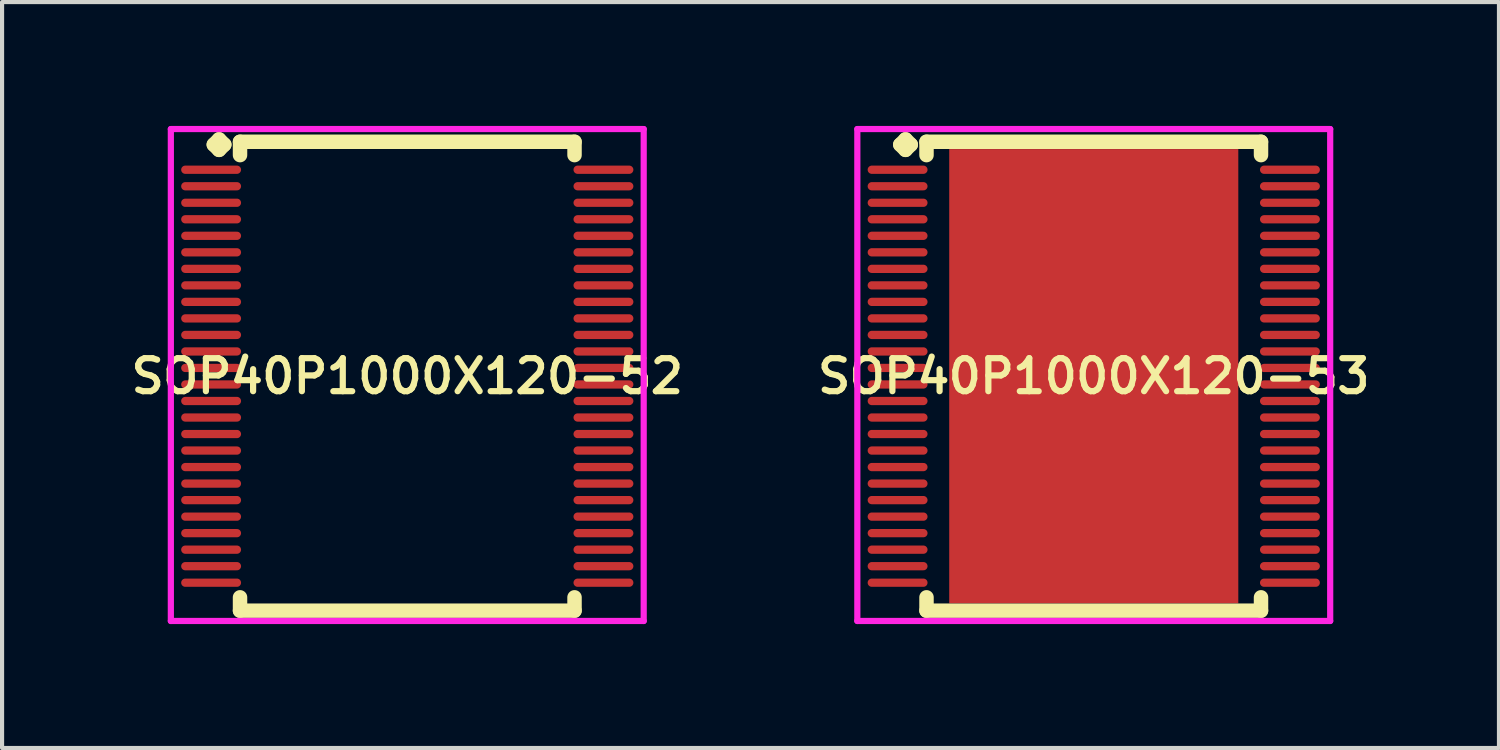
<source format=kicad_pcb>
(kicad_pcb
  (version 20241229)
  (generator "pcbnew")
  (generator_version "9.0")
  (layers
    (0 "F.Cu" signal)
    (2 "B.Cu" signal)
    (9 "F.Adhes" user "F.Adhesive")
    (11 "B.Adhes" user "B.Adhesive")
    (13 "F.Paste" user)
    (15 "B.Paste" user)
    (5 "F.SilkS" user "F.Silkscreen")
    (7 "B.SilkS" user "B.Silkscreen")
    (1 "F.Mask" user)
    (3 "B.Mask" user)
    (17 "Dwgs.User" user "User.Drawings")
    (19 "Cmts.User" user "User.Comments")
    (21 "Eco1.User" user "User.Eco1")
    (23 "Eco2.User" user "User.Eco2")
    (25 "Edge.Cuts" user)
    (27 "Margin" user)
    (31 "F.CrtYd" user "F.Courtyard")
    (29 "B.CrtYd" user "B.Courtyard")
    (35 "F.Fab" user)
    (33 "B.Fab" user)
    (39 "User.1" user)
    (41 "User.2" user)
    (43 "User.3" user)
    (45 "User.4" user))
  (footprint "SOP40P1000X120-53"
    (layer "F.Cu")
    (at 23.435 6.06)
    (property "Reference" "SOP40P1000X120-53" (at 0 0 0) (layer "F.SilkS") (effects (font (size 0.8 0.8) (thickness 0.15))))
    (attr smd)
    (fp_line (start -4.685 -5.608) (end -4.558 -5.735) (stroke (width 0.35) (type solid)) (layer "F.SilkS"))
    (fp_line (start -4.558 -5.735) (end -4.431 -5.608) (stroke (width 0.35) (type solid)) (layer "F.SilkS"))
    (fp_line (start -4.558 -5.481) (end -4.685 -5.608) (stroke (width 0.35) (type solid)) (layer "F.SilkS"))
    (fp_line (start -4.431 -5.608) (end -4.558 -5.481) (stroke (width 0.35) (type solid)) (layer "F.SilkS"))
    (fp_line (start -4.05 -5.677) (end 4.05 -5.677) (stroke (width 0.35) (type solid)) (layer "F.SilkS"))
    (fp_line (start -4.05 -5.354) (end -4.05 -5.677) (stroke (width 0.35) (type solid)) (layer "F.SilkS"))
    (fp_line (start -4.05 5.354) (end -4.05 5.677) (stroke (width 0.35) (type solid)) (layer "F.SilkS"))
    (fp_line (start -4.05 5.677) (end 4.05 5.677) (stroke (width 0.35) (type solid)) (layer "F.SilkS"))
    (fp_line (start 4.05 -5.677) (end 4.05 -5.354) (stroke (width 0.35) (type solid)) (layer "F.SilkS"))
    (fp_line (start 4.05 5.677) (end 4.05 5.354) (stroke (width 0.35) (type solid)) (layer "F.SilkS"))
    (fp_line (start -5.725 -5.985) (end 5.725 -5.985) (stroke (width 0.15) (type solid)) (layer "F.CrtYd"))
    (fp_line (start -5.725 5.927) (end -5.725 -5.985) (stroke (width 0.15) (type solid)) (layer "F.CrtYd"))
    (fp_line (start 5.725 -5.985) (end 5.725 5.927) (stroke (width 0.15) (type solid)) (layer "F.CrtYd"))
    (fp_line (start 5.725 5.927) (end -5.725 5.927) (stroke (width 0.15) (type solid)) (layer "F.CrtYd"))
    (pad "1" smd oval (at -4.75 -5) (size 1.45 0.2) (layers "F.Cu" "F.Mask" "F.Paste"))
    (pad "2" smd oval (at -4.75 -4.6) (size 1.45 0.2) (layers "F.Cu" "F.Mask" "F.Paste"))
    (pad "3" smd oval (at -4.75 -4.2) (size 1.45 0.2) (layers "F.Cu" "F.Mask" "F.Paste"))
    (pad "4" smd oval (at -4.75 -3.8) (size 1.45 0.2) (layers "F.Cu" "F.Mask" "F.Paste"))
    (pad "5" smd oval (at -4.75 -3.4) (size 1.45 0.2) (layers "F.Cu" "F.Mask" "F.Paste"))
    (pad "6" smd oval (at -4.75 -3) (size 1.45 0.2) (layers "F.Cu" "F.Mask" "F.Paste"))
    (pad "7" smd oval (at -4.75 -2.6) (size 1.45 0.2) (layers "F.Cu" "F.Mask" "F.Paste"))
    (pad "8" smd oval (at -4.75 -2.2) (size 1.45 0.2) (layers "F.Cu" "F.Mask" "F.Paste"))
    (pad "9" smd oval (at -4.75 -1.8) (size 1.45 0.2) (layers "F.Cu" "F.Mask" "F.Paste"))
    (pad "10" smd oval (at -4.75 -1.4) (size 1.45 0.2) (layers "F.Cu" "F.Mask" "F.Paste"))
    (pad "11" smd oval (at -4.75 -1) (size 1.45 0.2) (layers "F.Cu" "F.Mask" "F.Paste"))
    (pad "12" smd oval (at -4.75 -0.6) (size 1.45 0.2) (layers "F.Cu" "F.Mask" "F.Paste"))
    (pad "13" smd oval (at -4.75 -0.2) (size 1.45 0.2) (layers "F.Cu" "F.Mask" "F.Paste"))
    (pad "14" smd oval (at -4.75 0.2) (size 1.45 0.2) (layers "F.Cu" "F.Mask" "F.Paste"))
    (pad "15" smd oval (at -4.75 0.6) (size 1.45 0.2) (layers "F.Cu" "F.Mask" "F.Paste"))
    (pad "16" smd oval (at -4.75 1) (size 1.45 0.2) (layers "F.Cu" "F.Mask" "F.Paste"))
    (pad "17" smd oval (at -4.75 1.4) (size 1.45 0.2) (layers "F.Cu" "F.Mask" "F.Paste"))
    (pad "18" smd oval (at -4.75 1.8) (size 1.45 0.2) (layers "F.Cu" "F.Mask" "F.Paste"))
    (pad "19" smd oval (at -4.75 2.2) (size 1.45 0.2) (layers "F.Cu" "F.Mask" "F.Paste"))
    (pad "20" smd oval (at -4.75 2.6) (size 1.45 0.2) (layers "F.Cu" "F.Mask" "F.Paste"))
    (pad "21" smd oval (at -4.75 3) (size 1.45 0.2) (layers "F.Cu" "F.Mask" "F.Paste"))
    (pad "22" smd oval (at -4.75 3.4) (size 1.45 0.2) (layers "F.Cu" "F.Mask" "F.Paste"))
    (pad "23" smd oval (at -4.75 3.8) (size 1.45 0.2) (layers "F.Cu" "F.Mask" "F.Paste"))
    (pad "24" smd oval (at -4.75 4.2) (size 1.45 0.2) (layers "F.Cu" "F.Mask" "F.Paste"))
    (pad "25" smd oval (at -4.75 4.6) (size 1.45 0.2) (layers "F.Cu" "F.Mask" "F.Paste"))
    (pad "26" smd oval (at -4.75 5) (size 1.45 0.2) (layers "F.Cu" "F.Mask" "F.Paste"))
    (pad "27" smd oval (at 4.75 5) (size 1.45 0.2) (layers "F.Cu" "F.Mask" "F.Paste"))
    (pad "28" smd oval (at 4.75 4.6) (size 1.45 0.2) (layers "F.Cu" "F.Mask" "F.Paste"))
    (pad "29" smd oval (at 4.75 4.2) (size 1.45 0.2) (layers "F.Cu" "F.Mask" "F.Paste"))
    (pad "30" smd oval (at 4.75 3.8) (size 1.45 0.2) (layers "F.Cu" "F.Mask" "F.Paste"))
    (pad "31" smd oval (at 4.75 3.4) (size 1.45 0.2) (layers "F.Cu" "F.Mask" "F.Paste"))
    (pad "32" smd oval (at 4.75 3) (size 1.45 0.2) (layers "F.Cu" "F.Mask" "F.Paste"))
    (pad "33" smd oval (at 4.75 2.6) (size 1.45 0.2) (layers "F.Cu" "F.Mask" "F.Paste"))
    (pad "34" smd oval (at 4.75 2.2) (size 1.45 0.2) (layers "F.Cu" "F.Mask" "F.Paste"))
    (pad "35" smd oval (at 4.75 1.8) (size 1.45 0.2) (layers "F.Cu" "F.Mask" "F.Paste"))
    (pad "36" smd oval (at 4.75 1.4) (size 1.45 0.2) (layers "F.Cu" "F.Mask" "F.Paste"))
    (pad "37" smd oval (at 4.75 1) (size 1.45 0.2) (layers "F.Cu" "F.Mask" "F.Paste"))
    (pad "38" smd oval (at 4.75 0.6) (size 1.45 0.2) (layers "F.Cu" "F.Mask" "F.Paste"))
    (pad "39" smd oval (at 4.75 0.2) (size 1.45 0.2) (layers "F.Cu" "F.Mask" "F.Paste"))
    (pad "40" smd oval (at 4.75 -0.2) (size 1.45 0.2) (layers "F.Cu" "F.Mask" "F.Paste"))
    (pad "41" smd oval (at 4.75 -0.6) (size 1.45 0.2) (layers "F.Cu" "F.Mask" "F.Paste"))
    (pad "42" smd oval (at 4.75 -1) (size 1.45 0.2) (layers "F.Cu" "F.Mask" "F.Paste"))
    (pad "43" smd oval (at 4.75 -1.4) (size 1.45 0.2) (layers "F.Cu" "F.Mask" "F.Paste"))
    (pad "44" smd oval (at 4.75 -1.8) (size 1.45 0.2) (layers "F.Cu" "F.Mask" "F.Paste"))
    (pad "45" smd oval (at 4.75 -2.2) (size 1.45 0.2) (layers "F.Cu" "F.Mask" "F.Paste"))
    (pad "46" smd oval (at 4.75 -2.6) (size 1.45 0.2) (layers "F.Cu" "F.Mask" "F.Paste"))
    (pad "47" smd oval (at 4.75 -3) (size 1.45 0.2) (layers "F.Cu" "F.Mask" "F.Paste"))
    (pad "48" smd oval (at 4.75 -3.4) (size 1.45 0.2) (layers "F.Cu" "F.Mask" "F.Paste"))
    (pad "49" smd oval (at 4.75 -3.8) (size 1.45 0.2) (layers "F.Cu" "F.Mask" "F.Paste"))
    (pad "50" smd oval (at 4.75 -4.2) (size 1.45 0.2) (layers "F.Cu" "F.Mask" "F.Paste"))
    (pad "51" smd oval (at 4.75 -4.6) (size 1.45 0.2) (layers "F.Cu" "F.Mask" "F.Paste"))
    (pad "52" smd oval (at 4.75 -5) (size 1.45 0.2) (layers "F.Cu" "F.Mask" "F.Paste"))
    (pad "53" smd rect (at 0 0) (size 7 11) (layers "F.Cu" "F.Mask" "F.Paste")))
  (footprint "SOP40P1000X120-52"
    (layer "F.Cu")
    (at 6.812 6.06)
    (property "Reference" "SOP40P1000X120-52" (at 0 0 0) (layer "F.SilkS") (effects (font (size 0.8 0.8) (thickness 0.15))))
    (attr smd)
    (fp_line (start -4.685 -5.608) (end -4.558 -5.735) (stroke (width 0.35) (type solid)) (layer "F.SilkS"))
    (fp_line (start -4.558 -5.735) (end -4.431 -5.608) (stroke (width 0.35) (type solid)) (layer "F.SilkS"))
    (fp_line (start -4.558 -5.481) (end -4.685 -5.608) (stroke (width 0.35) (type solid)) (layer "F.SilkS"))
    (fp_line (start -4.431 -5.608) (end -4.558 -5.481) (stroke (width 0.35) (type solid)) (layer "F.SilkS"))
    (fp_line (start -4.05 -5.677) (end 4.05 -5.677) (stroke (width 0.35) (type solid)) (layer "F.SilkS"))
    (fp_line (start -4.05 -5.354) (end -4.05 -5.677) (stroke (width 0.35) (type solid)) (layer "F.SilkS"))
    (fp_line (start -4.05 5.354) (end -4.05 5.677) (stroke (width 0.35) (type solid)) (layer "F.SilkS"))
    (fp_line (start -4.05 5.677) (end 4.05 5.677) (stroke (width 0.35) (type solid)) (layer "F.SilkS"))
    (fp_line (start 4.05 -5.677) (end 4.05 -5.354) (stroke (width 0.35) (type solid)) (layer "F.SilkS"))
    (fp_line (start 4.05 5.677) (end 4.05 5.354) (stroke (width 0.35) (type solid)) (layer "F.SilkS"))
    (fp_line (start -5.725 -5.985) (end 5.725 -5.985) (stroke (width 0.15) (type solid)) (layer "F.CrtYd"))
    (fp_line (start -5.725 5.927) (end -5.725 -5.985) (stroke (width 0.15) (type solid)) (layer "F.CrtYd"))
    (fp_line (start 5.725 -5.985) (end 5.725 5.927) (stroke (width 0.15) (type solid)) (layer "F.CrtYd"))
    (fp_line (start 5.725 5.927) (end -5.725 5.927) (stroke (width 0.15) (type solid)) (layer "F.CrtYd"))
    (pad "1" smd oval (at -4.75 -5) (size 1.45 0.2) (layers "F.Cu" "F.Mask" "F.Paste"))
    (pad "2" smd oval (at -4.75 -4.6) (size 1.45 0.2) (layers "F.Cu" "F.Mask" "F.Paste"))
    (pad "3" smd oval (at -4.75 -4.2) (size 1.45 0.2) (layers "F.Cu" "F.Mask" "F.Paste"))
    (pad "4" smd oval (at -4.75 -3.8) (size 1.45 0.2) (layers "F.Cu" "F.Mask" "F.Paste"))
    (pad "5" smd oval (at -4.75 -3.4) (size 1.45 0.2) (layers "F.Cu" "F.Mask" "F.Paste"))
    (pad "6" smd oval (at -4.75 -3) (size 1.45 0.2) (layers "F.Cu" "F.Mask" "F.Paste"))
    (pad "7" smd oval (at -4.75 -2.6) (size 1.45 0.2) (layers "F.Cu" "F.Mask" "F.Paste"))
    (pad "8" smd oval (at -4.75 -2.2) (size 1.45 0.2) (layers "F.Cu" "F.Mask" "F.Paste"))
    (pad "9" smd oval (at -4.75 -1.8) (size 1.45 0.2) (layers "F.Cu" "F.Mask" "F.Paste"))
    (pad "10" smd oval (at -4.75 -1.4) (size 1.45 0.2) (layers "F.Cu" "F.Mask" "F.Paste"))
    (pad "11" smd oval (at -4.75 -1) (size 1.45 0.2) (layers "F.Cu" "F.Mask" "F.Paste"))
    (pad "12" smd oval (at -4.75 -0.6) (size 1.45 0.2) (layers "F.Cu" "F.Mask" "F.Paste"))
    (pad "13" smd oval (at -4.75 -0.2) (size 1.45 0.2) (layers "F.Cu" "F.Mask" "F.Paste"))
    (pad "14" smd oval (at -4.75 0.2) (size 1.45 0.2) (layers "F.Cu" "F.Mask" "F.Paste"))
    (pad "15" smd oval (at -4.75 0.6) (size 1.45 0.2) (layers "F.Cu" "F.Mask" "F.Paste"))
    (pad "16" smd oval (at -4.75 1) (size 1.45 0.2) (layers "F.Cu" "F.Mask" "F.Paste"))
    (pad "17" smd oval (at -4.75 1.4) (size 1.45 0.2) (layers "F.Cu" "F.Mask" "F.Paste"))
    (pad "18" smd oval (at -4.75 1.8) (size 1.45 0.2) (layers "F.Cu" "F.Mask" "F.Paste"))
    (pad "19" smd oval (at -4.75 2.2) (size 1.45 0.2) (layers "F.Cu" "F.Mask" "F.Paste"))
    (pad "20" smd oval (at -4.75 2.6) (size 1.45 0.2) (layers "F.Cu" "F.Mask" "F.Paste"))
    (pad "21" smd oval (at -4.75 3) (size 1.45 0.2) (layers "F.Cu" "F.Mask" "F.Paste"))
    (pad "22" smd oval (at -4.75 3.4) (size 1.45 0.2) (layers "F.Cu" "F.Mask" "F.Paste"))
    (pad "23" smd oval (at -4.75 3.8) (size 1.45 0.2) (layers "F.Cu" "F.Mask" "F.Paste"))
    (pad "24" smd oval (at -4.75 4.2) (size 1.45 0.2) (layers "F.Cu" "F.Mask" "F.Paste"))
    (pad "25" smd oval (at -4.75 4.6) (size 1.45 0.2) (layers "F.Cu" "F.Mask" "F.Paste"))
    (pad "26" smd oval (at -4.75 5) (size 1.45 0.2) (layers "F.Cu" "F.Mask" "F.Paste"))
    (pad "27" smd oval (at 4.75 5) (size 1.45 0.2) (layers "F.Cu" "F.Mask" "F.Paste"))
    (pad "28" smd oval (at 4.75 4.6) (size 1.45 0.2) (layers "F.Cu" "F.Mask" "F.Paste"))
    (pad "29" smd oval (at 4.75 4.2) (size 1.45 0.2) (layers "F.Cu" "F.Mask" "F.Paste"))
    (pad "30" smd oval (at 4.75 3.8) (size 1.45 0.2) (layers "F.Cu" "F.Mask" "F.Paste"))
    (pad "31" smd oval (at 4.75 3.4) (size 1.45 0.2) (layers "F.Cu" "F.Mask" "F.Paste"))
    (pad "32" smd oval (at 4.75 3) (size 1.45 0.2) (layers "F.Cu" "F.Mask" "F.Paste"))
    (pad "33" smd oval (at 4.75 2.6) (size 1.45 0.2) (layers "F.Cu" "F.Mask" "F.Paste"))
    (pad "34" smd oval (at 4.75 2.2) (size 1.45 0.2) (layers "F.Cu" "F.Mask" "F.Paste"))
    (pad "35" smd oval (at 4.75 1.8) (size 1.45 0.2) (layers "F.Cu" "F.Mask" "F.Paste"))
    (pad "36" smd oval (at 4.75 1.4) (size 1.45 0.2) (layers "F.Cu" "F.Mask" "F.Paste"))
    (pad "37" smd oval (at 4.75 1) (size 1.45 0.2) (layers "F.Cu" "F.Mask" "F.Paste"))
    (pad "38" smd oval (at 4.75 0.6) (size 1.45 0.2) (layers "F.Cu" "F.Mask" "F.Paste"))
    (pad "39" smd oval (at 4.75 0.2) (size 1.45 0.2) (layers "F.Cu" "F.Mask" "F.Paste"))
    (pad "40" smd oval (at 4.75 -0.2) (size 1.45 0.2) (layers "F.Cu" "F.Mask" "F.Paste"))
    (pad "41" smd oval (at 4.75 -0.6) (size 1.45 0.2) (layers "F.Cu" "F.Mask" "F.Paste"))
    (pad "42" smd oval (at 4.75 -1) (size 1.45 0.2) (layers "F.Cu" "F.Mask" "F.Paste"))
    (pad "43" smd oval (at 4.75 -1.4) (size 1.45 0.2) (layers "F.Cu" "F.Mask" "F.Paste"))
    (pad "44" smd oval (at 4.75 -1.8) (size 1.45 0.2) (layers "F.Cu" "F.Mask" "F.Paste"))
    (pad "45" smd oval (at 4.75 -2.2) (size 1.45 0.2) (layers "F.Cu" "F.Mask" "F.Paste"))
    (pad "46" smd oval (at 4.75 -2.6) (size 1.45 0.2) (layers "F.Cu" "F.Mask" "F.Paste"))
    (pad "47" smd oval (at 4.75 -3) (size 1.45 0.2) (layers "F.Cu" "F.Mask" "F.Paste"))
    (pad "48" smd oval (at 4.75 -3.4) (size 1.45 0.2) (layers "F.Cu" "F.Mask" "F.Paste"))
    (pad "49" smd oval (at 4.75 -3.8) (size 1.45 0.2) (layers "F.Cu" "F.Mask" "F.Paste"))
    (pad "50" smd oval (at 4.75 -4.2) (size 1.45 0.2) (layers "F.Cu" "F.Mask" "F.Paste"))
    (pad "51" smd oval (at 4.75 -4.6) (size 1.45 0.2) (layers "F.Cu" "F.Mask" "F.Paste"))
    (pad "52" smd oval (at 4.75 -5) (size 1.45 0.2) (layers "F.Cu" "F.Mask" "F.Paste")))
  (gr_rect
    (start -3 -3)
    (end 33.247 15.062)
    (stroke (width 0.1) (type default))
    (fill no)
    (layer "Edge.Cuts")))
</source>
